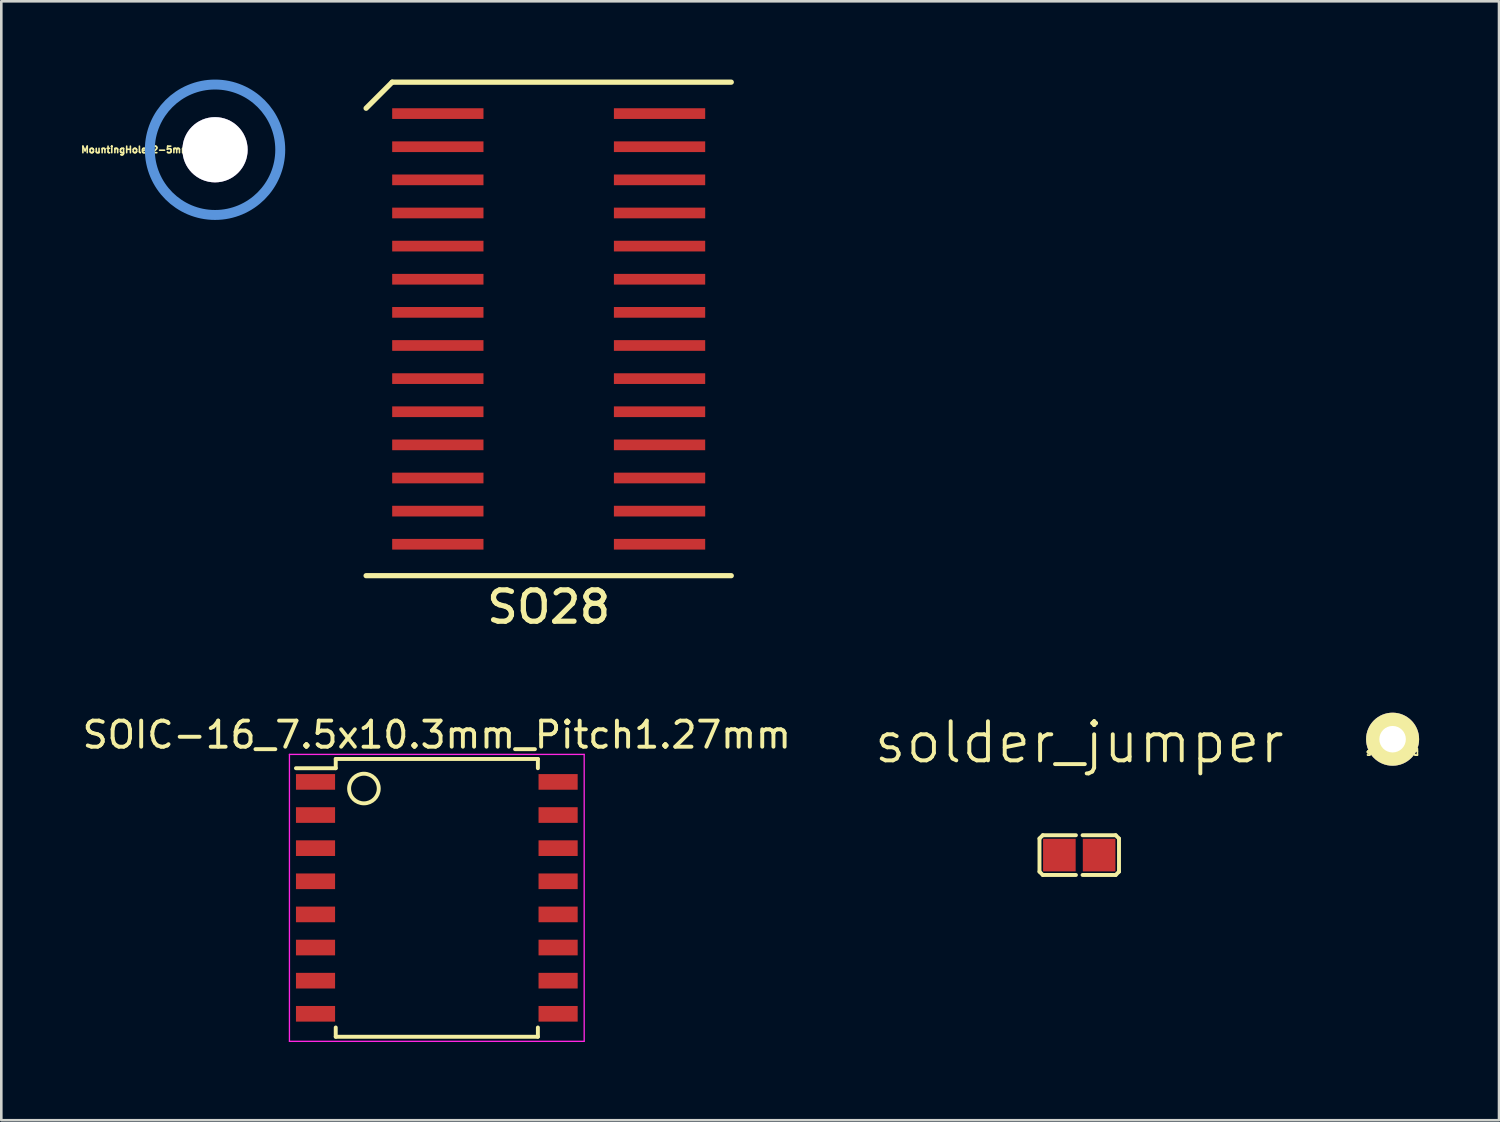
<source format=kicad_pcb>
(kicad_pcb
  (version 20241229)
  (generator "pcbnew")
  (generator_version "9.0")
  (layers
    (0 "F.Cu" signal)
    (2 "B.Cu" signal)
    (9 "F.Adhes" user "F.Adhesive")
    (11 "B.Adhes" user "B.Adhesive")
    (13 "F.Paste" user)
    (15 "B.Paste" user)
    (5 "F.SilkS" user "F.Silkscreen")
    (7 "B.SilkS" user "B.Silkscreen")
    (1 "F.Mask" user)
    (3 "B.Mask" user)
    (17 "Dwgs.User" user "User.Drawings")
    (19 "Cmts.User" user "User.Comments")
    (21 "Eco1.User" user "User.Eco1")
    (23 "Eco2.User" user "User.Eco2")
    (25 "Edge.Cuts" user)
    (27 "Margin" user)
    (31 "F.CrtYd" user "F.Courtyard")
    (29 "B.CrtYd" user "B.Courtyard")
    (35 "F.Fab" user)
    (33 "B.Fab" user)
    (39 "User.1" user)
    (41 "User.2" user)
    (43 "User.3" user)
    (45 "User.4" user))
  (footprint "SO28"
    (layer "F.Cu")
    (at 17.985 9.56)
    (property "Reference" "SO28" (at 0 10.66 0) (layer "F.SilkS") (effects (font (size 1.2 1.2) (thickness 0.2))))
    (attr through_hole)
    (fp_line (start -7 9.46) (end 7 9.46) (stroke (width 0.2) (type solid)) (layer "F.SilkS"))
    (fp_line (start -6 -9.46) (end -7 -8.46) (stroke (width 0.2) (type solid)) (layer "F.SilkS"))
    (fp_line (start 7 -9.46) (end -6 -9.46) (stroke (width 0.2) (type solid)) (layer "F.SilkS"))
    (pad "1" smd rect (at -4.25 -8.255) (size 3.5 0.41) (layers "F.Cu" "F.Mask" "F.Paste"))
    (pad "2" smd rect (at -4.25 -6.985) (size 3.5 0.41) (layers "F.Cu" "F.Mask" "F.Paste"))
    (pad "3" smd rect (at -4.25 -5.715) (size 3.5 0.41) (layers "F.Cu" "F.Mask" "F.Paste"))
    (pad "4" smd rect (at -4.25 -4.445) (size 3.5 0.41) (layers "F.Cu" "F.Mask" "F.Paste"))
    (pad "5" smd rect (at -4.25 -3.175) (size 3.5 0.41) (layers "F.Cu" "F.Mask" "F.Paste"))
    (pad "6" smd rect (at -4.25 -1.905) (size 3.5 0.41) (layers "F.Cu" "F.Mask" "F.Paste"))
    (pad "7" smd rect (at -4.25 -0.635) (size 3.5 0.41) (layers "F.Cu" "F.Mask" "F.Paste"))
    (pad "8" smd rect (at -4.25 0.635) (size 3.5 0.41) (layers "F.Cu" "F.Mask" "F.Paste"))
    (pad "9" smd rect (at -4.25 1.905) (size 3.5 0.41) (layers "F.Cu" "F.Mask" "F.Paste"))
    (pad "10" smd rect (at -4.25 3.175) (size 3.5 0.41) (layers "F.Cu" "F.Mask" "F.Paste"))
    (pad "11" smd rect (at -4.25 4.445) (size 3.5 0.41) (layers "F.Cu" "F.Mask" "F.Paste"))
    (pad "12" smd rect (at -4.25 5.715) (size 3.5 0.41) (layers "F.Cu" "F.Mask" "F.Paste"))
    (pad "13" smd rect (at -4.25 6.985) (size 3.5 0.41) (layers "F.Cu" "F.Mask" "F.Paste"))
    (pad "14" smd rect (at -4.25 8.255) (size 3.5 0.41) (layers "F.Cu" "F.Mask" "F.Paste"))
    (pad "15" smd rect (at 4.25 8.255) (size 3.5 0.41) (layers "F.Cu" "F.Mask" "F.Paste"))
    (pad "16" smd rect (at 4.25 6.985) (size 3.5 0.41) (layers "F.Cu" "F.Mask" "F.Paste"))
    (pad "17" smd rect (at 4.25 5.715) (size 3.5 0.41) (layers "F.Cu" "F.Mask" "F.Paste"))
    (pad "18" smd rect (at 4.25 4.445) (size 3.5 0.41) (layers "F.Cu" "F.Mask" "F.Paste"))
    (pad "19" smd rect (at 4.25 3.175) (size 3.5 0.41) (layers "F.Cu" "F.Mask" "F.Paste"))
    (pad "20" smd rect (at 4.25 1.905) (size 3.5 0.41) (layers "F.Cu" "F.Mask" "F.Paste"))
    (pad "21" smd rect (at 4.25 0.635) (size 3.5 0.41) (layers "F.Cu" "F.Mask" "F.Paste"))
    (pad "22" smd rect (at 4.25 -0.635) (size 3.5 0.41) (layers "F.Cu" "F.Mask" "F.Paste"))
    (pad "23" smd rect (at 4.25 -1.905) (size 3.5 0.41) (layers "F.Cu" "F.Mask" "F.Paste"))
    (pad "24" smd rect (at 4.25 -3.175) (size 3.5 0.41) (layers "F.Cu" "F.Mask" "F.Paste"))
    (pad "25" smd rect (at 4.25 -4.445) (size 3.5 0.41) (layers "F.Cu" "F.Mask" "F.Paste"))
    (pad "26" smd rect (at 4.25 -5.715) (size 3.5 0.41) (layers "F.Cu" "F.Mask" "F.Paste"))
    (pad "27" smd rect (at 4.25 -6.985) (size 3.5 0.41) (layers "F.Cu" "F.Mask" "F.Paste"))
    (pad "28" smd rect (at 4.25 -8.255) (size 3.5 0.41) (layers "F.Cu" "F.Mask" "F.Paste")))
  (footprint "MountingHole_2-5mm"
    (layer "F.Cu")
    (at 5.194 2.691)
    (property "Reference" "MountingHole_2-5mm" (at -3.048 0 0) (layer "F.SilkS") (effects (font (size 0.25 0.25) (thickness 0.062))))
    (attr through_hole)
    (fp_circle (center 0 0) (end 2.5 0) (stroke (width 0.381) (type solid)) (fill no) (layer "Cmts.User"))
    (pad "" thru_hole circle (at 0 0) (size 2.5 2.5) (drill 2.5) (layers)))
  (footprint "SOIC-16_7.5x10.3mm_Pitch1.27mm"
    (layer "F.Cu")
    (at 13.696 31.371)
    (property "Reference" "SOIC-16_7.5x10.3mm_Pitch1.27mm" (at 0 -6.25 0) (layer "F.SilkS") (effects (font (size 1 1) (thickness 0.15))))
    (attr smd)
    (fp_line (start -3.875 -5.325) (end -3.875 -4.97) (stroke (width 0.15) (type solid)) (layer "F.SilkS"))
    (fp_line (start -3.875 -5.325) (end 3.875 -5.325) (stroke (width 0.15) (type solid)) (layer "F.SilkS"))
    (fp_line (start -3.875 -4.97) (end -5.4 -4.97) (stroke (width 0.15) (type solid)) (layer "F.SilkS"))
    (fp_line (start -3.875 5.325) (end -3.875 4.97) (stroke (width 0.15) (type solid)) (layer "F.SilkS"))
    (fp_line (start -3.875 5.325) (end 3.875 5.325) (stroke (width 0.15) (type solid)) (layer "F.SilkS"))
    (fp_line (start 3.875 -5.325) (end 3.875 -4.97) (stroke (width 0.15) (type solid)) (layer "F.SilkS"))
    (fp_line (start 3.875 5.325) (end 3.875 4.97) (stroke (width 0.15) (type solid)) (layer "F.SilkS"))
    (fp_circle (center -2.794 -4.191) (end -3.048 -4.699) (stroke (width 0.15) (type solid)) (fill no) (layer "F.SilkS"))
    (fp_line (start -5.65 -5.5) (end -5.65 5.5) (stroke (width 0.05) (type solid)) (layer "F.CrtYd"))
    (fp_line (start -5.65 -5.5) (end 5.65 -5.5) (stroke (width 0.05) (type solid)) (layer "F.CrtYd"))
    (fp_line (start -5.65 5.5) (end 5.65 5.5) (stroke (width 0.05) (type solid)) (layer "F.CrtYd"))
    (fp_line (start 5.65 -5.5) (end 5.65 5.5) (stroke (width 0.05) (type solid)) (layer "F.CrtYd"))
    (pad "1" smd rect (at -4.65 -4.445) (size 1.5 0.6) (layers "F.Cu" "F.Mask" "F.Paste"))
    (pad "2" smd rect (at -4.65 -3.175) (size 1.5 0.6) (layers "F.Cu" "F.Mask" "F.Paste"))
    (pad "3" smd rect (at -4.65 -1.905) (size 1.5 0.6) (layers "F.Cu" "F.Mask" "F.Paste"))
    (pad "4" smd rect (at -4.65 -0.635) (size 1.5 0.6) (layers "F.Cu" "F.Mask" "F.Paste"))
    (pad "5" smd rect (at -4.65 0.635) (size 1.5 0.6) (layers "F.Cu" "F.Mask" "F.Paste"))
    (pad "6" smd rect (at -4.65 1.905) (size 1.5 0.6) (layers "F.Cu" "F.Mask" "F.Paste"))
    (pad "7" smd rect (at -4.65 3.175) (size 1.5 0.6) (layers "F.Cu" "F.Mask" "F.Paste"))
    (pad "8" smd rect (at -4.65 4.445) (size 1.5 0.6) (layers "F.Cu" "F.Mask" "F.Paste"))
    (pad "9" smd rect (at 4.65 4.445) (size 1.5 0.6) (layers "F.Cu" "F.Mask" "F.Paste"))
    (pad "10" smd rect (at 4.65 3.175) (size 1.5 0.6) (layers "F.Cu" "F.Mask" "F.Paste"))
    (pad "11" smd rect (at 4.65 1.905) (size 1.5 0.6) (layers "F.Cu" "F.Mask" "F.Paste"))
    (pad "12" smd rect (at 4.65 0.635) (size 1.5 0.6) (layers "F.Cu" "F.Mask" "F.Paste"))
    (pad "13" smd rect (at 4.65 -0.635) (size 1.5 0.6) (layers "F.Cu" "F.Mask" "F.Paste"))
    (pad "14" smd rect (at 4.65 -1.905) (size 1.5 0.6) (layers "F.Cu" "F.Mask" "F.Paste"))
    (pad "15" smd rect (at 4.65 -3.175) (size 1.5 0.6) (layers "F.Cu" "F.Mask" "F.Paste"))
    (pad "16" smd rect (at 4.65 -4.445) (size 1.5 0.6) (layers "F.Cu" "F.Mask" "F.Paste")))
  (footprint "solder_jumper"
    (layer "F.Cu")
    (at 38.325 29.732)
    (property "Reference" "solder_jumper" (at 0 -4.318 0) (layer "F.SilkS") (effects (font (size 1.5 1.5) (thickness 0.15))))
    (attr through_hole)
    (fp_line (start -1.524 -0.635) (end -1.397 -0.762) (stroke (width 0.15) (type solid)) (layer "F.SilkS"))
    (fp_line (start -1.524 0.635) (end -1.524 -0.635) (stroke (width 0.15) (type solid)) (layer "F.SilkS"))
    (fp_line (start -1.397 -0.762) (end -0.127 -0.762) (stroke (width 0.15) (type solid)) (layer "F.SilkS"))
    (fp_line (start -1.397 0.762) (end -1.524 0.635) (stroke (width 0.15) (type solid)) (layer "F.SilkS"))
    (fp_line (start -0.127 0.762) (end -1.397 0.762) (stroke (width 0.15) (type solid)) (layer "F.SilkS"))
    (fp_line (start 0.127 0.762) (end 1.397 0.762) (stroke (width 0.15) (type solid)) (layer "F.SilkS"))
    (fp_line (start 1.397 -0.762) (end 0.127 -0.762) (stroke (width 0.15) (type solid)) (layer "F.SilkS"))
    (fp_line (start 1.397 -0.762) (end 1.524 -0.635) (stroke (width 0.15) (type solid)) (layer "F.SilkS"))
    (fp_line (start 1.524 -0.635) (end 1.524 0.635) (stroke (width 0.15) (type solid)) (layer "F.SilkS"))
    (fp_line (start 1.524 0.635) (end 1.397 0.762) (stroke (width 0.15) (type solid)) (layer "F.SilkS"))
    (pad "1" smd rect (at 0.762 0) (size 1.25 1.25) (layers "F.Cu" "F.Mask" "F.Paste"))
    (pad "2" smd rect (at -0.762 0) (size 1.25 1.25) (layers "F.Cu" "F.Mask" "F.Paste")))
  (footprint "solder_pad"
    (layer "F.Cu")
    (at 50.338 25.289)
    (property "Reference" "solder_pad" (at 0 0.5 0) (layer "F.SilkS") (effects (font (size 0.25 0.25) (thickness 0.062))))
    (attr through_hole)
    (pad "1" thru_hole circle (at 0 0) (size 2.032 2.032) (drill 1.016) (layers "*.Cu" "*.Mask" "F.SilkS")))
  (gr_rect
    (start -3 -3)
    (end 54.418 39.896)
    (stroke (width 0.1) (type default))
    (fill no)
    (layer "Edge.Cuts")))
</source>
